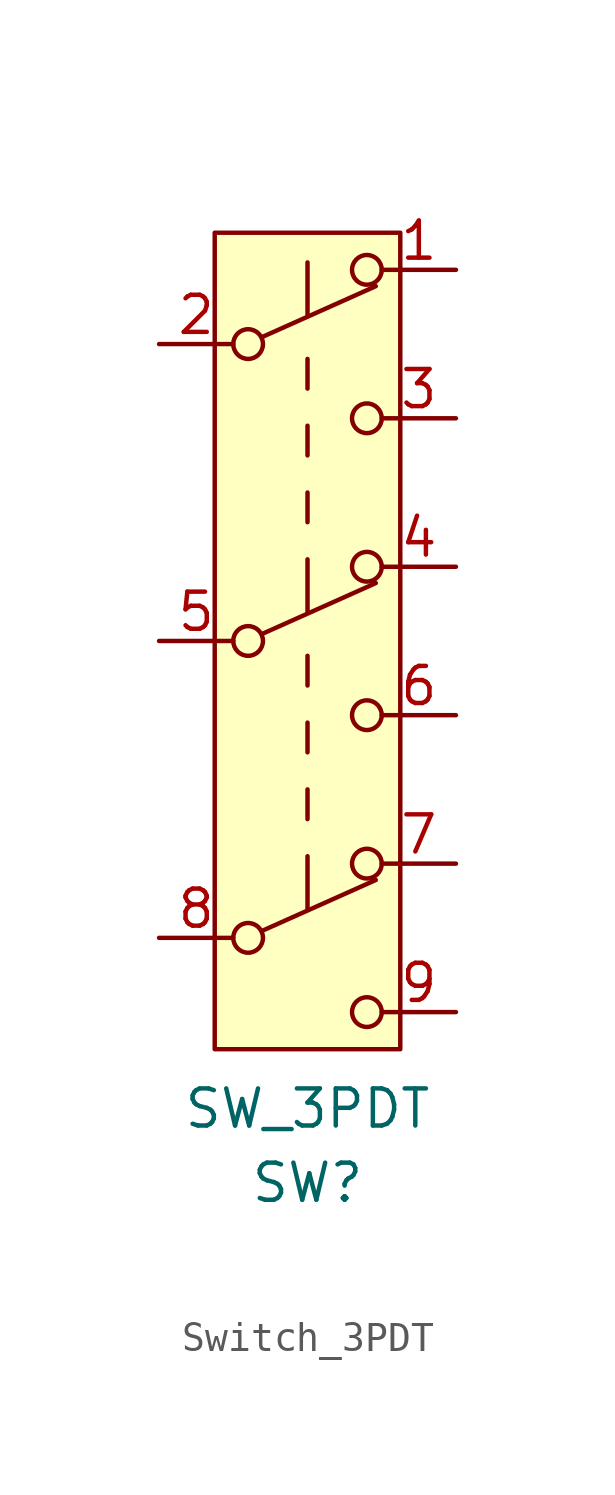
<source format=kicad_sym>
(kicad_symbol_lib
  (version 20231120)
  (generator "kicad_symbol_editor")
  (generator_version "8.0")
  (symbol "Switch_3PDT"
    (pin_names
      (offset 0) hide)
    (property "Reference" "SW"
      (at 0 -18.542 0)
      (effects (font (size 1.27 1.27))))
    (property "Value" "SW_3PDT"
      (at 0 -16.002 0)
      (effects (font (size 1.27 1.27))))
    (symbol "Switch_3PDT_0_0"
      (circle (center -2.032 -10.16) (radius 0.508) (stroke (width 0) (type default)) (fill (type none)))
      (circle (center -2.032 0) (radius 0.508) (stroke (width 0) (type default)) (fill (type none)))
      (circle (center -2.032 10.16) (radius 0.508) (stroke (width 0) (type default)) (fill (type none)))
      (circle (center 2.032 -12.7) (radius 0.508) (stroke (width 0) (type default)) (fill (type none)))
      (circle (center 2.032 -2.54) (radius 0.508) (stroke (width 0) (type default)) (fill (type none)))
      (circle (center 2.032 7.62) (radius 0.508) (stroke (width 0) (type default)) (fill (type none))))
    (symbol "Switch_3PDT_0_1"
      (polyline (pts (xy -1.524 -9.906) (xy 2.337 -8.179)) (stroke (width 0) (type default)) (fill (type none)))
      (polyline (pts (xy -1.524 0.254) (xy 2.337 1.981)) (stroke (width 0) (type default)) (fill (type none)))
      (polyline (pts (xy -1.524 10.414) (xy 2.337 12.141)) (stroke (width 0) (type default)) (fill (type none)))
      (polyline (pts (xy 0 -7.366) (xy 0 -9.144)) (stroke (width 0) (type default)) (fill (type none)))
      (polyline (pts (xy 0 -6.096) (xy 0 -5.08)) (stroke (width 0) (type default)) (fill (type none)))
      (polyline (pts (xy 0 -3.81) (xy 0 -2.794)) (stroke (width 0) (type default)) (fill (type none)))
      (polyline (pts (xy 0 -1.524) (xy 0 -0.508)) (stroke (width 0) (type default)) (fill (type none)))
      (polyline (pts (xy 0 2.794) (xy 0 1.016)) (stroke (width 0) (type default)) (fill (type none)))
      (polyline (pts (xy 0 4.064) (xy 0 5.08)) (stroke (width 0) (type default)) (fill (type none)))
      (polyline (pts (xy 0 6.35) (xy 0 7.366)) (stroke (width 0) (type default)) (fill (type none)))
      (polyline (pts (xy 0 8.636) (xy 0 9.652)) (stroke (width 0) (type default)) (fill (type none)))
      (polyline (pts (xy 0 12.954) (xy 0 11.176)) (stroke (width 0) (type default)) (fill (type none)))
      (circle (center 2.032 -7.62) (radius 0.508) (stroke (width 0) (type default)) (fill (type none)))
      (circle (center 2.032 2.54) (radius 0.508) (stroke (width 0) (type default)) (fill (type none)))
      (circle (center 2.032 12.7) (radius 0.508) (stroke (width 0) (type default)) (fill (type none))))
    (symbol "Switch_3PDT_1_1"
      (rectangle (start -3.175 13.97) (end 3.175 -13.97) (stroke (width 0) (type default)) (fill (type background)))
      (pin passive line (at 5.08 12.7 180) (length 2.54) (name "A" (effects (font (size 1.27 1.27)))) (number "1" (effects (font (size 1.27 1.27)))))
      (pin passive line (at -5.08 10.16 0) (length 2.54) (name "B" (effects (font (size 1.27 1.27)))) (number "2" (effects (font (size 1.27 1.27)))))
      (pin passive line (at 5.08 7.62 180) (length 2.54) (name "C" (effects (font (size 1.27 1.27)))) (number "3" (effects (font (size 1.27 1.27)))))
      (pin passive line (at 5.08 2.54 180) (length 2.54) (name "A" (effects (font (size 1.27 1.27)))) (number "4" (effects (font (size 1.27 1.27)))))
      (pin passive line (at -5.08 0 0) (length 2.54) (name "B" (effects (font (size 1.27 1.27)))) (number "5" (effects (font (size 1.27 1.27)))))
      (pin passive line (at 5.08 -2.54 180) (length 2.54) (name "C" (effects (font (size 1.27 1.27)))) (number "6" (effects (font (size 1.27 1.27)))))
      (pin passive line (at 5.08 -7.62 180) (length 2.54) (name "A" (effects (font (size 1.27 1.27)))) (number "7" (effects (font (size 1.27 1.27)))))
      (pin passive line (at -5.08 -10.16 0) (length 2.54) (name "B" (effects (font (size 1.27 1.27)))) (number "8" (effects (font (size 1.27 1.27)))))
      (pin passive line (at 5.08 -12.7 180) (length 2.54) (name "C" (effects (font (size 1.27 1.27)))) (number "9" (effects (font (size 1.27 1.27))))))))
</source>
